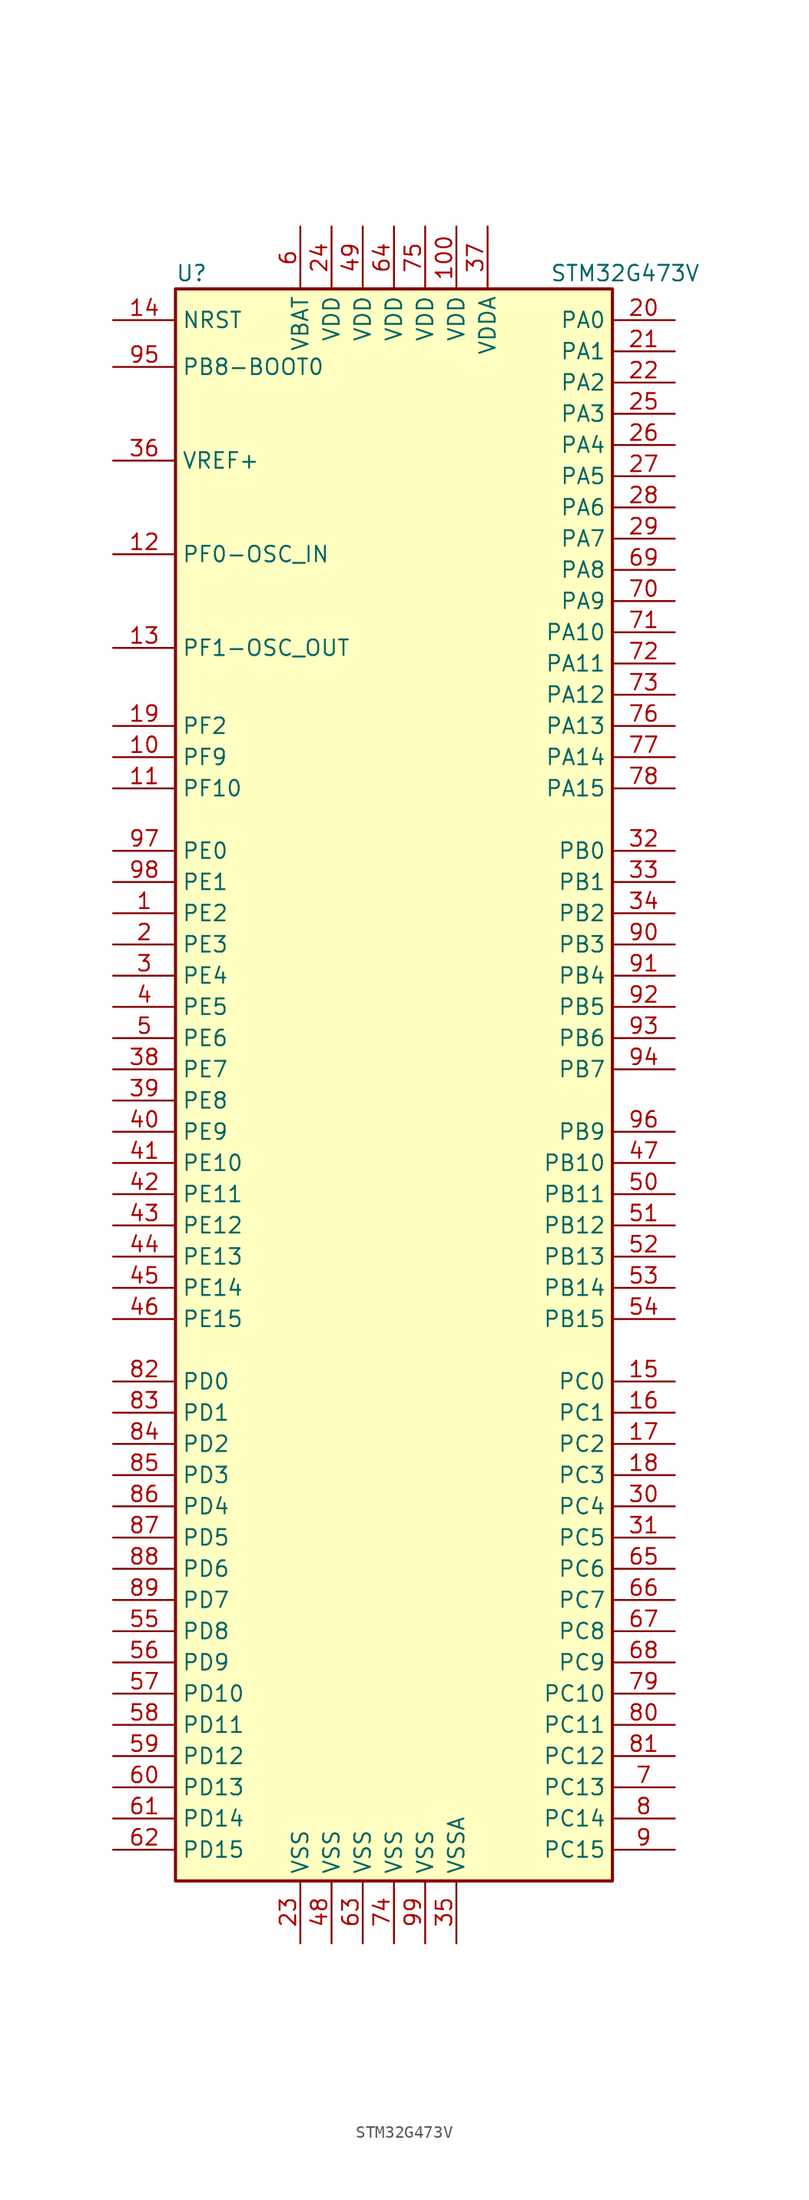
<source format=kicad_sym>
(kicad_symbol_lib
  (version 20211014)
  (generator kicad_symbol_editor)
  (symbol "STM32G473V"
    (property "Reference" "U"
      (at -17.78 64.77 0)
      (effects (font (size 1.27 1.27)) (justify left)))
    (property "Value" "STM32G473V"
      (at 12.7 64.77 0)
      (effects (font (size 1.27 1.27)) (justify left)))
    (symbol "STM32G473V_0_0"
      (pin power_in line (at -5.08 -71.12 90) (length 5.08) (name "VSS" (effects (font (size 1.27 1.27)))) (number "48" (effects (font (size 1.27 1.27)))))
      (pin power_in line (at -2.54 68.58 270) (length 5.08) (name "VDD" (effects (font (size 1.27 1.27)))) (number "49" (effects (font (size 1.27 1.27)))))
      (pin power_in line (at -2.54 -71.12 90) (length 5.08) (name "VSS" (effects (font (size 1.27 1.27)))) (number "63" (effects (font (size 1.27 1.27)))))
      (pin power_in line (at 0 68.58 270) (length 5.08) (name "VDD" (effects (font (size 1.27 1.27)))) (number "64" (effects (font (size 1.27 1.27))))))
    (symbol "STM32G473V_0_1"
      (rectangle (start -17.78 -66.04) (end 17.78 63.5) (stroke (width 0.254) (type default) (color 0 0 0 0)) (fill (type background))))
    (symbol "STM32G473V_1_1"
      (pin bidirectional line (at -22.86 12.7 0) (length 5.08) (name "PE2" (effects (font (size 1.27 1.27)))) (number "1" (effects (font (size 1.27 1.27)))))
      (pin bidirectional line (at -22.86 25.4 0) (length 5.08) (name "PF9" (effects (font (size 1.27 1.27)))) (number "10" (effects (font (size 1.27 1.27)))))
      (pin power_in line (at 5.08 68.58 270) (length 5.08) (name "VDD" (effects (font (size 1.27 1.27)))) (number "100" (effects (font (size 1.27 1.27)))))
      (pin bidirectional line (at -22.86 22.86 0) (length 5.08) (name "PF10" (effects (font (size 1.27 1.27)))) (number "11" (effects (font (size 1.27 1.27)))))
      (pin input line (at -22.86 41.91 0) (length 5.08) (name "PF0-OSC_IN" (effects (font (size 1.27 1.27)))) (number "12" (effects (font (size 1.27 1.27)))))
      (pin input line (at -22.86 34.29 0) (length 5.08) (name "PF1-OSC_OUT" (effects (font (size 1.27 1.27)))) (number "13" (effects (font (size 1.27 1.27)))))
      (pin input line (at -22.86 60.96 0) (length 5.08) (name "NRST" (effects (font (size 1.27 1.27)))) (number "14" (effects (font (size 1.27 1.27)))))
      (pin bidirectional line (at 22.86 -25.4 180) (length 5.08) (name "PC0" (effects (font (size 1.27 1.27)))) (number "15" (effects (font (size 1.27 1.27)))))
      (pin bidirectional line (at 22.86 -27.94 180) (length 5.08) (name "PC1" (effects (font (size 1.27 1.27)))) (number "16" (effects (font (size 1.27 1.27)))))
      (pin bidirectional line (at 22.86 -30.48 180) (length 5.08) (name "PC2" (effects (font (size 1.27 1.27)))) (number "17" (effects (font (size 1.27 1.27)))))
      (pin bidirectional line (at 22.86 -33.02 180) (length 5.08) (name "PC3" (effects (font (size 1.27 1.27)))) (number "18" (effects (font (size 1.27 1.27)))))
      (pin bidirectional line (at -22.86 27.94 0) (length 5.08) (name "PF2" (effects (font (size 1.27 1.27)))) (number "19" (effects (font (size 1.27 1.27)))))
      (pin bidirectional line (at -22.86 10.16 0) (length 5.08) (name "PE3" (effects (font (size 1.27 1.27)))) (number "2" (effects (font (size 1.27 1.27)))))
      (pin bidirectional line (at 22.86 60.96 180) (length 5.08) (name "PA0" (effects (font (size 1.27 1.27)))) (number "20" (effects (font (size 1.27 1.27)))))
      (pin bidirectional line (at 22.86 58.42 180) (length 5.08) (name "PA1" (effects (font (size 1.27 1.27)))) (number "21" (effects (font (size 1.27 1.27)))))
      (pin bidirectional line (at 22.86 55.88 180) (length 5.08) (name "PA2" (effects (font (size 1.27 1.27)))) (number "22" (effects (font (size 1.27 1.27)))))
      (pin power_in line (at -7.62 -71.12 90) (length 5.08) (name "VSS" (effects (font (size 1.27 1.27)))) (number "23" (effects (font (size 1.27 1.27)))))
      (pin power_in line (at -5.08 68.58 270) (length 5.08) (name "VDD" (effects (font (size 1.27 1.27)))) (number "24" (effects (font (size 1.27 1.27)))))
      (pin bidirectional line (at 22.86 53.34 180) (length 5.08) (name "PA3" (effects (font (size 1.27 1.27)))) (number "25" (effects (font (size 1.27 1.27)))))
      (pin bidirectional line (at 22.86 50.8 180) (length 5.08) (name "PA4" (effects (font (size 1.27 1.27)))) (number "26" (effects (font (size 1.27 1.27)))))
      (pin bidirectional line (at 22.86 48.26 180) (length 5.08) (name "PA5" (effects (font (size 1.27 1.27)))) (number "27" (effects (font (size 1.27 1.27)))))
      (pin bidirectional line (at 22.86 45.72 180) (length 5.08) (name "PA6" (effects (font (size 1.27 1.27)))) (number "28" (effects (font (size 1.27 1.27)))))
      (pin bidirectional line (at 22.86 43.18 180) (length 5.08) (name "PA7" (effects (font (size 1.27 1.27)))) (number "29" (effects (font (size 1.27 1.27)))))
      (pin bidirectional line (at -22.86 7.62 0) (length 5.08) (name "PE4" (effects (font (size 1.27 1.27)))) (number "3" (effects (font (size 1.27 1.27)))))
      (pin bidirectional line (at 22.86 -35.56 180) (length 5.08) (name "PC4" (effects (font (size 1.27 1.27)))) (number "30" (effects (font (size 1.27 1.27)))))
      (pin bidirectional line (at 22.86 -38.1 180) (length 5.08) (name "PC5" (effects (font (size 1.27 1.27)))) (number "31" (effects (font (size 1.27 1.27)))))
      (pin bidirectional line (at 22.86 17.78 180) (length 5.08) (name "PB0" (effects (font (size 1.27 1.27)))) (number "32" (effects (font (size 1.27 1.27)))))
      (pin bidirectional line (at 22.86 15.24 180) (length 5.08) (name "PB1" (effects (font (size 1.27 1.27)))) (number "33" (effects (font (size 1.27 1.27)))))
      (pin bidirectional line (at 22.86 12.7 180) (length 5.08) (name "PB2" (effects (font (size 1.27 1.27)))) (number "34" (effects (font (size 1.27 1.27)))))
      (pin power_in line (at 5.08 -71.12 90) (length 5.08) (name "VSSA" (effects (font (size 1.27 1.27)))) (number "35" (effects (font (size 1.27 1.27)))))
      (pin power_in line (at -22.86 49.53 0) (length 5.08) (name "VREF+" (effects (font (size 1.27 1.27)))) (number "36" (effects (font (size 1.27 1.27)))))
      (pin power_in line (at 7.62 68.58 270) (length 5.08) (name "VDDA" (effects (font (size 1.27 1.27)))) (number "37" (effects (font (size 1.27 1.27)))))
      (pin bidirectional line (at -22.86 0 0) (length 5.08) (name "PE7" (effects (font (size 1.27 1.27)))) (number "38" (effects (font (size 1.27 1.27)))))
      (pin bidirectional line (at -22.86 -2.54 0) (length 5.08) (name "PE8" (effects (font (size 1.27 1.27)))) (number "39" (effects (font (size 1.27 1.27)))))
      (pin bidirectional line (at -22.86 5.08 0) (length 5.08) (name "PE5" (effects (font (size 1.27 1.27)))) (number "4" (effects (font (size 1.27 1.27)))))
      (pin bidirectional line (at -22.86 -5.08 0) (length 5.08) (name "PE9" (effects (font (size 1.27 1.27)))) (number "40" (effects (font (size 1.27 1.27)))))
      (pin bidirectional line (at -22.86 -7.62 0) (length 5.08) (name "PE10" (effects (font (size 1.27 1.27)))) (number "41" (effects (font (size 1.27 1.27)))))
      (pin bidirectional line (at -22.86 -10.16 0) (length 5.08) (name "PE11" (effects (font (size 1.27 1.27)))) (number "42" (effects (font (size 1.27 1.27)))))
      (pin bidirectional line (at -22.86 -12.7 0) (length 5.08) (name "PE12" (effects (font (size 1.27 1.27)))) (number "43" (effects (font (size 1.27 1.27)))))
      (pin bidirectional line (at -22.86 -15.24 0) (length 5.08) (name "PE13" (effects (font (size 1.27 1.27)))) (number "44" (effects (font (size 1.27 1.27)))))
      (pin bidirectional line (at -22.86 -17.78 0) (length 5.08) (name "PE14" (effects (font (size 1.27 1.27)))) (number "45" (effects (font (size 1.27 1.27)))))
      (pin bidirectional line (at -22.86 -20.32 0) (length 5.08) (name "PE15" (effects (font (size 1.27 1.27)))) (number "46" (effects (font (size 1.27 1.27)))))
      (pin bidirectional line (at 22.86 -7.62 180) (length 5.08) (name "PB10" (effects (font (size 1.27 1.27)))) (number "47" (effects (font (size 1.27 1.27)))))
      (pin bidirectional line (at -22.86 2.54 0) (length 5.08) (name "PE6" (effects (font (size 1.27 1.27)))) (number "5" (effects (font (size 1.27 1.27)))))
      (pin bidirectional line (at 22.86 -10.16 180) (length 5.08) (name "PB11" (effects (font (size 1.27 1.27)))) (number "50" (effects (font (size 1.27 1.27)))))
      (pin bidirectional line (at 22.86 -12.7 180) (length 5.08) (name "PB12" (effects (font (size 1.27 1.27)))) (number "51" (effects (font (size 1.27 1.27)))))
      (pin bidirectional line (at 22.86 -15.24 180) (length 5.08) (name "PB13" (effects (font (size 1.27 1.27)))) (number "52" (effects (font (size 1.27 1.27)))))
      (pin bidirectional line (at 22.86 -17.78 180) (length 5.08) (name "PB14" (effects (font (size 1.27 1.27)))) (number "53" (effects (font (size 1.27 1.27)))))
      (pin bidirectional line (at 22.86 -20.32 180) (length 5.08) (name "PB15" (effects (font (size 1.27 1.27)))) (number "54" (effects (font (size 1.27 1.27)))))
      (pin bidirectional line (at -22.86 -45.72 0) (length 5.08) (name "PD8" (effects (font (size 1.27 1.27)))) (number "55" (effects (font (size 1.27 1.27)))))
      (pin bidirectional line (at -22.86 -48.26 0) (length 5.08) (name "PD9" (effects (font (size 1.27 1.27)))) (number "56" (effects (font (size 1.27 1.27)))))
      (pin bidirectional line (at -22.86 -50.8 0) (length 5.08) (name "PD10" (effects (font (size 1.27 1.27)))) (number "57" (effects (font (size 1.27 1.27)))))
      (pin bidirectional line (at -22.86 -53.34 0) (length 5.08) (name "PD11" (effects (font (size 1.27 1.27)))) (number "58" (effects (font (size 1.27 1.27)))))
      (pin bidirectional line (at -22.86 -55.88 0) (length 5.08) (name "PD12" (effects (font (size 1.27 1.27)))) (number "59" (effects (font (size 1.27 1.27)))))
      (pin power_in line (at -7.62 68.58 270) (length 5.08) (name "VBAT" (effects (font (size 1.27 1.27)))) (number "6" (effects (font (size 1.27 1.27)))))
      (pin bidirectional line (at -22.86 -58.42 0) (length 5.08) (name "PD13" (effects (font (size 1.27 1.27)))) (number "60" (effects (font (size 1.27 1.27)))))
      (pin bidirectional line (at -22.86 -60.96 0) (length 5.08) (name "PD14" (effects (font (size 1.27 1.27)))) (number "61" (effects (font (size 1.27 1.27)))))
      (pin bidirectional line (at -22.86 -63.5 0) (length 5.08) (name "PD15" (effects (font (size 1.27 1.27)))) (number "62" (effects (font (size 1.27 1.27)))))
      (pin bidirectional line (at 22.86 -40.64 180) (length 5.08) (name "PC6" (effects (font (size 1.27 1.27)))) (number "65" (effects (font (size 1.27 1.27)))))
      (pin bidirectional line (at 22.86 -43.18 180) (length 5.08) (name "PC7" (effects (font (size 1.27 1.27)))) (number "66" (effects (font (size 1.27 1.27)))))
      (pin bidirectional line (at 22.86 -45.72 180) (length 5.08) (name "PC8" (effects (font (size 1.27 1.27)))) (number "67" (effects (font (size 1.27 1.27)))))
      (pin bidirectional line (at 22.86 -48.26 180) (length 5.08) (name "PC9" (effects (font (size 1.27 1.27)))) (number "68" (effects (font (size 1.27 1.27)))))
      (pin bidirectional line (at 22.86 40.64 180) (length 5.08) (name "PA8" (effects (font (size 1.27 1.27)))) (number "69" (effects (font (size 1.27 1.27)))))
      (pin bidirectional line (at 22.86 -58.42 180) (length 5.08) (name "PC13" (effects (font (size 1.27 1.27)))) (number "7" (effects (font (size 1.27 1.27)))))
      (pin bidirectional line (at 22.86 38.1 180) (length 5.08) (name "PA9" (effects (font (size 1.27 1.27)))) (number "70" (effects (font (size 1.27 1.27)))))
      (pin bidirectional line (at 22.86 35.56 180) (length 5.08) (name "PA10" (effects (font (size 1.27 1.27)))) (number "71" (effects (font (size 1.27 1.27)))))
      (pin bidirectional line (at 22.86 33.02 180) (length 5.08) (name "PA11" (effects (font (size 1.27 1.27)))) (number "72" (effects (font (size 1.27 1.27)))))
      (pin bidirectional line (at 22.86 30.48 180) (length 5.08) (name "PA12" (effects (font (size 1.27 1.27)))) (number "73" (effects (font (size 1.27 1.27)))))
      (pin power_in line (at 0 -71.12 90) (length 5.08) (name "VSS" (effects (font (size 1.27 1.27)))) (number "74" (effects (font (size 1.27 1.27)))))
      (pin power_in line (at 2.54 68.58 270) (length 5.08) (name "VDD" (effects (font (size 1.27 1.27)))) (number "75" (effects (font (size 1.27 1.27)))))
      (pin bidirectional line (at 22.86 27.94 180) (length 5.08) (name "PA13" (effects (font (size 1.27 1.27)))) (number "76" (effects (font (size 1.27 1.27)))))
      (pin bidirectional line (at 22.86 25.4 180) (length 5.08) (name "PA14" (effects (font (size 1.27 1.27)))) (number "77" (effects (font (size 1.27 1.27)))))
      (pin bidirectional line (at 22.86 22.86 180) (length 5.08) (name "PA15" (effects (font (size 1.27 1.27)))) (number "78" (effects (font (size 1.27 1.27)))))
      (pin bidirectional line (at 22.86 -50.8 180) (length 5.08) (name "PC10" (effects (font (size 1.27 1.27)))) (number "79" (effects (font (size 1.27 1.27)))))
      (pin bidirectional line (at 22.86 -60.96 180) (length 5.08) (name "PC14" (effects (font (size 1.27 1.27)))) (number "8" (effects (font (size 1.27 1.27)))))
      (pin bidirectional line (at 22.86 -53.34 180) (length 5.08) (name "PC11" (effects (font (size 1.27 1.27)))) (number "80" (effects (font (size 1.27 1.27)))))
      (pin bidirectional line (at 22.86 -55.88 180) (length 5.08) (name "PC12" (effects (font (size 1.27 1.27)))) (number "81" (effects (font (size 1.27 1.27)))))
      (pin bidirectional line (at -22.86 -25.4 0) (length 5.08) (name "PD0" (effects (font (size 1.27 1.27)))) (number "82" (effects (font (size 1.27 1.27)))))
      (pin bidirectional line (at -22.86 -27.94 0) (length 5.08) (name "PD1" (effects (font (size 1.27 1.27)))) (number "83" (effects (font (size 1.27 1.27)))))
      (pin bidirectional line (at -22.86 -30.48 0) (length 5.08) (name "PD2" (effects (font (size 1.27 1.27)))) (number "84" (effects (font (size 1.27 1.27)))))
      (pin bidirectional line (at -22.86 -33.02 0) (length 5.08) (name "PD3" (effects (font (size 1.27 1.27)))) (number "85" (effects (font (size 1.27 1.27)))))
      (pin bidirectional line (at -22.86 -35.56 0) (length 5.08) (name "PD4" (effects (font (size 1.27 1.27)))) (number "86" (effects (font (size 1.27 1.27)))))
      (pin bidirectional line (at -22.86 -38.1 0) (length 5.08) (name "PD5" (effects (font (size 1.27 1.27)))) (number "87" (effects (font (size 1.27 1.27)))))
      (pin bidirectional line (at -22.86 -40.64 0) (length 5.08) (name "PD6" (effects (font (size 1.27 1.27)))) (number "88" (effects (font (size 1.27 1.27)))))
      (pin bidirectional line (at -22.86 -43.18 0) (length 5.08) (name "PD7" (effects (font (size 1.27 1.27)))) (number "89" (effects (font (size 1.27 1.27)))))
      (pin bidirectional line (at 22.86 -63.5 180) (length 5.08) (name "PC15" (effects (font (size 1.27 1.27)))) (number "9" (effects (font (size 1.27 1.27)))))
      (pin bidirectional line (at 22.86 10.16 180) (length 5.08) (name "PB3" (effects (font (size 1.27 1.27)))) (number "90" (effects (font (size 1.27 1.27)))))
      (pin bidirectional line (at 22.86 7.62 180) (length 5.08) (name "PB4" (effects (font (size 1.27 1.27)))) (number "91" (effects (font (size 1.27 1.27)))))
      (pin bidirectional line (at 22.86 5.08 180) (length 5.08) (name "PB5" (effects (font (size 1.27 1.27)))) (number "92" (effects (font (size 1.27 1.27)))))
      (pin bidirectional line (at 22.86 2.54 180) (length 5.08) (name "PB6" (effects (font (size 1.27 1.27)))) (number "93" (effects (font (size 1.27 1.27)))))
      (pin bidirectional line (at 22.86 0 180) (length 5.08) (name "PB7" (effects (font (size 1.27 1.27)))) (number "94" (effects (font (size 1.27 1.27)))))
      (pin input line (at -22.86 57.15 0) (length 5.08) (name "PB8-BOOT0" (effects (font (size 1.27 1.27)))) (number "95" (effects (font (size 1.27 1.27)))))
      (pin bidirectional line (at 22.86 -5.08 180) (length 5.08) (name "PB9" (effects (font (size 1.27 1.27)))) (number "96" (effects (font (size 1.27 1.27)))))
      (pin bidirectional line (at -22.86 17.78 0) (length 5.08) (name "PE0" (effects (font (size 1.27 1.27)))) (number "97" (effects (font (size 1.27 1.27)))))
      (pin bidirectional line (at -22.86 15.24 0) (length 5.08) (name "PE1" (effects (font (size 1.27 1.27)))) (number "98" (effects (font (size 1.27 1.27)))))
      (pin power_in line (at 2.54 -71.12 90) (length 5.08) (name "VSS" (effects (font (size 1.27 1.27)))) (number "99" (effects (font (size 1.27 1.27))))))))
</source>
